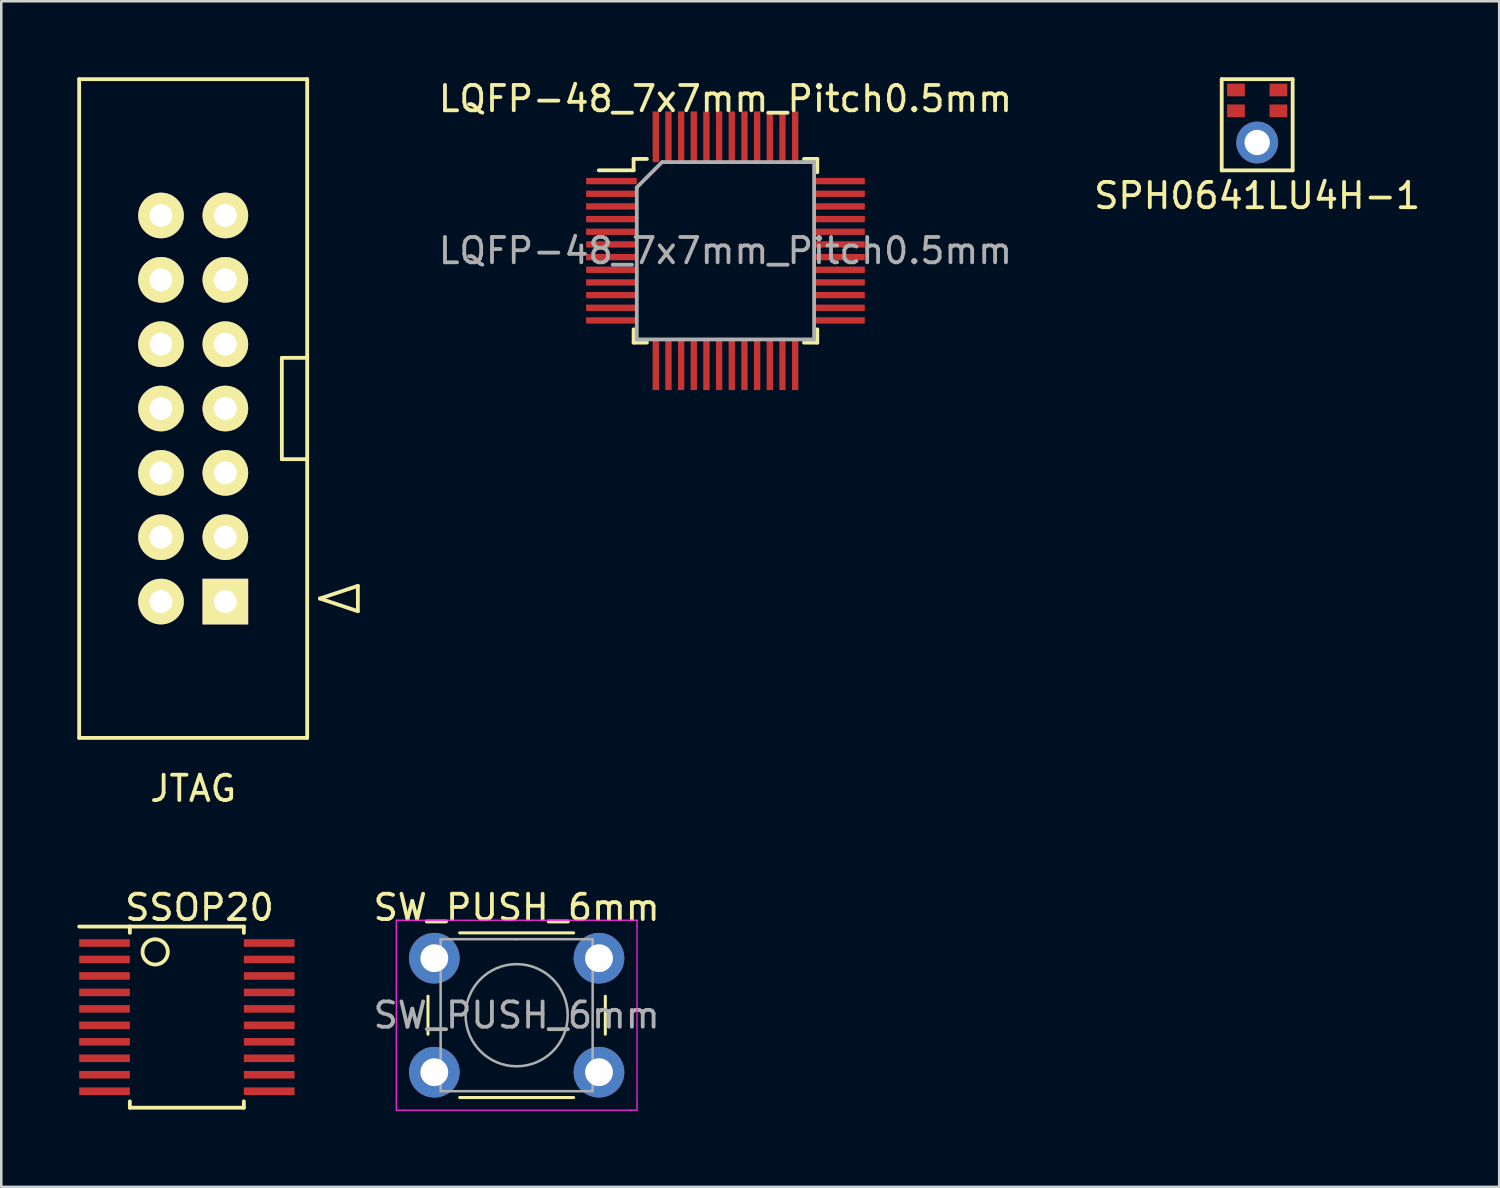
<source format=kicad_pcb>
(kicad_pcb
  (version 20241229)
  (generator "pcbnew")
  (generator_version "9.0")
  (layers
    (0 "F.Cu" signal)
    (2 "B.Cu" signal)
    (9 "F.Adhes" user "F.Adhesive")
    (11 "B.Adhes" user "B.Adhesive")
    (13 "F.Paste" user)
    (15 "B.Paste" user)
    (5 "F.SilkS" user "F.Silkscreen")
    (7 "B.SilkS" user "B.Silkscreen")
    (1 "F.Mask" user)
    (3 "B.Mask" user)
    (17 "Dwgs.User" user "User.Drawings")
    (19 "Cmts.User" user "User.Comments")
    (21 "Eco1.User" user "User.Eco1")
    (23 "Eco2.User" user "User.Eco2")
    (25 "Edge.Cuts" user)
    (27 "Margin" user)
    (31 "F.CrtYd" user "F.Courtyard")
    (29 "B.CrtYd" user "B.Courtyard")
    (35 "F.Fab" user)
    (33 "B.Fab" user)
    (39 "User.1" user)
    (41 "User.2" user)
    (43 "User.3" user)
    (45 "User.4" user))
  (footprint "JTAG"
    (layer "F.Cu")
    (at 4.575 13.075)
    (property "Reference" "JTAG" (at 0 15 0) (layer "F.SilkS") (effects (font (size 1 1) (thickness 0.15))))
    (attr through_hole)
    (fp_line (start -4.5 -13) (end 4.5 -13) (stroke (width 0.15) (type solid)) (layer "F.SilkS"))
    (fp_line (start -4.5 13) (end -4.5 -13) (stroke (width 0.15) (type solid)) (layer "F.SilkS"))
    (fp_line (start 3.5 -2) (end 3.5 2) (stroke (width 0.15) (type solid)) (layer "F.SilkS"))
    (fp_line (start 3.5 2) (end 4.5 2) (stroke (width 0.15) (type solid)) (layer "F.SilkS"))
    (fp_line (start 4.5 -13) (end 4.5 13) (stroke (width 0.15) (type solid)) (layer "F.SilkS"))
    (fp_line (start 4.5 -2) (end 3.5 -2) (stroke (width 0.15) (type solid)) (layer "F.SilkS"))
    (fp_line (start 4.5 13) (end -4.5 13) (stroke (width 0.15) (type solid)) (layer "F.SilkS"))
    (fp_line (start 5 7.5) (end 6.5 7) (stroke (width 0.15) (type solid)) (layer "F.SilkS"))
    (fp_line (start 6.5 7) (end 6.5 8) (stroke (width 0.15) (type solid)) (layer "F.SilkS"))
    (fp_line (start 6.5 8) (end 5 7.5) (stroke (width 0.15) (type solid)) (layer "F.SilkS"))
    (pad "1" thru_hole rect (at 1.27 7.62) (size 1.8 1.8) (drill 0.9) (layers "*.Cu" "*.Mask" "F.SilkS"))
    (pad "2" thru_hole circle (at -1.27 7.62) (size 1.8 1.8) (drill 0.9) (layers "*.Cu" "*.Mask" "F.SilkS"))
    (pad "3" thru_hole circle (at 1.27 5.08) (size 1.8 1.8) (drill 0.9) (layers "*.Cu" "*.Mask" "F.SilkS"))
    (pad "4" thru_hole circle (at -1.27 5.08) (size 1.8 1.8) (drill 0.9) (layers "*.Cu" "*.Mask" "F.SilkS"))
    (pad "5" thru_hole circle (at 1.27 2.54) (size 1.8 1.8) (drill 0.9) (layers "*.Cu" "*.Mask" "F.SilkS"))
    (pad "6" thru_hole circle (at -1.27 2.54) (size 1.8 1.8) (drill 0.9) (layers "*.Cu" "*.Mask" "F.SilkS"))
    (pad "7" thru_hole circle (at 1.27 0) (size 1.8 1.8) (drill 0.9) (layers "*.Cu" "*.Mask" "F.SilkS"))
    (pad "8" thru_hole circle (at -1.27 0) (size 1.8 1.8) (drill 0.9) (layers "*.Cu" "*.Mask" "F.SilkS"))
    (pad "9" thru_hole circle (at 1.27 -2.54) (size 1.8 1.8) (drill 0.9) (layers "*.Cu" "*.Mask" "F.SilkS"))
    (pad "10" thru_hole circle (at -1.27 -2.54) (size 1.8 1.8) (drill 0.9) (layers "*.Cu" "*.Mask" "F.SilkS"))
    (pad "11" thru_hole circle (at 1.27 -5.08) (size 1.8 1.8) (drill 0.9) (layers "*.Cu" "*.Mask" "F.SilkS"))
    (pad "12" thru_hole circle (at -1.27 -5.08) (size 1.8 1.8) (drill 0.9) (layers "*.Cu" "*.Mask" "F.SilkS"))
    (pad "13" thru_hole circle (at 1.27 -7.62) (size 1.8 1.8) (drill 0.9) (layers "*.Cu" "*.Mask" "F.SilkS"))
    (pad "14" thru_hole circle (at -1.27 -7.62) (size 1.8 1.8) (drill 0.9) (layers "*.Cu" "*.Mask" "F.SilkS")))
  (footprint "LQFP-48_7x7mm_Pitch0.5mm"
    (layer "F.Cu")
    (at 25.585 6.848)
    (property "Reference" "LQFP-48_7x7mm_Pitch0.5mm" (at 0 -6 0) (layer "F.SilkS") (effects (font (size 1 1) (thickness 0.15))))
    (attr smd)
    (fp_line (start -3.625 -3.625) (end -3.625 -3.175) (stroke (width 0.15) (type solid)) (layer "F.SilkS"))
    (fp_line (start -3.625 -3.625) (end -3.1 -3.625) (stroke (width 0.15) (type solid)) (layer "F.SilkS"))
    (fp_line (start -3.625 -3.175) (end -5 -3.175) (stroke (width 0.15) (type solid)) (layer "F.SilkS"))
    (fp_line (start -3.625 3.625) (end -3.625 3.1) (stroke (width 0.15) (type solid)) (layer "F.SilkS"))
    (fp_line (start -3.625 3.625) (end -3.1 3.625) (stroke (width 0.15) (type solid)) (layer "F.SilkS"))
    (fp_line (start 3.625 -3.625) (end 3.1 -3.625) (stroke (width 0.15) (type solid)) (layer "F.SilkS"))
    (fp_line (start 3.625 -3.625) (end 3.625 -3.1) (stroke (width 0.15) (type solid)) (layer "F.SilkS"))
    (fp_line (start 3.625 3.625) (end 3.1 3.625) (stroke (width 0.15) (type solid)) (layer "F.SilkS"))
    (fp_line (start 3.625 3.625) (end 3.625 3.1) (stroke (width 0.15) (type solid)) (layer "F.SilkS"))
    (fp_line (start -3.5 -2.5) (end -2.5 -3.5) (stroke (width 0.15) (type solid)) (layer "F.Fab"))
    (fp_line (start -3.5 3.5) (end -3.5 -2.5) (stroke (width 0.15) (type solid)) (layer "F.Fab"))
    (fp_line (start -2.5 -3.5) (end 3.5 -3.5) (stroke (width 0.15) (type solid)) (layer "F.Fab"))
    (fp_line (start 3.5 -3.5) (end 3.5 3.5) (stroke (width 0.15) (type solid)) (layer "F.Fab"))
    (fp_line (start 3.5 3.5) (end -3.5 3.5) (stroke (width 0.15) (type solid)) (layer "F.Fab"))
    (fp_text user "${REFERENCE}" (at 0 0 0) (layer "F.Fab") (effects (font (size 1 1) (thickness 0.15))))
    (pad "1" smd rect (at -4.5 -2.75) (size 2 0.25) (layers "F.Cu" "F.Mask" "F.Paste"))
    (pad "2" smd rect (at -4.5 -2.25) (size 2 0.25) (layers "F.Cu" "F.Mask" "F.Paste"))
    (pad "3" smd rect (at -4.5 -1.75) (size 2 0.25) (layers "F.Cu" "F.Mask" "F.Paste"))
    (pad "4" smd rect (at -4.5 -1.25) (size 2 0.25) (layers "F.Cu" "F.Mask" "F.Paste"))
    (pad "5" smd rect (at -4.5 -0.75) (size 2 0.25) (layers "F.Cu" "F.Mask" "F.Paste"))
    (pad "6" smd rect (at -4.5 -0.25) (size 2 0.25) (layers "F.Cu" "F.Mask" "F.Paste"))
    (pad "7" smd rect (at -4.5 0.25) (size 2 0.25) (layers "F.Cu" "F.Mask" "F.Paste"))
    (pad "8" smd rect (at -4.5 0.75) (size 2 0.25) (layers "F.Cu" "F.Mask" "F.Paste"))
    (pad "9" smd rect (at -4.5 1.25) (size 2 0.25) (layers "F.Cu" "F.Mask" "F.Paste"))
    (pad "10" smd rect (at -4.5 1.75) (size 2 0.25) (layers "F.Cu" "F.Mask" "F.Paste"))
    (pad "11" smd rect (at -4.5 2.25) (size 2 0.25) (layers "F.Cu" "F.Mask" "F.Paste"))
    (pad "12" smd rect (at -4.5 2.75) (size 2 0.25) (layers "F.Cu" "F.Mask" "F.Paste"))
    (pad "13" smd rect (at -2.75 4.5 90) (size 2 0.25) (layers "F.Cu" "F.Mask" "F.Paste"))
    (pad "14" smd rect (at -2.25 4.5 90) (size 2 0.25) (layers "F.Cu" "F.Mask" "F.Paste"))
    (pad "15" smd rect (at -1.75 4.5 90) (size 2 0.25) (layers "F.Cu" "F.Mask" "F.Paste"))
    (pad "16" smd rect (at -1.25 4.5 90) (size 2 0.25) (layers "F.Cu" "F.Mask" "F.Paste"))
    (pad "17" smd rect (at -0.75 4.5 90) (size 2 0.25) (layers "F.Cu" "F.Mask" "F.Paste"))
    (pad "18" smd rect (at -0.25 4.5 90) (size 2 0.25) (layers "F.Cu" "F.Mask" "F.Paste"))
    (pad "19" smd rect (at 0.25 4.5 90) (size 2 0.25) (layers "F.Cu" "F.Mask" "F.Paste"))
    (pad "20" smd rect (at 0.75 4.5 90) (size 2 0.25) (layers "F.Cu" "F.Mask" "F.Paste"))
    (pad "21" smd rect (at 1.25 4.5 90) (size 2 0.25) (layers "F.Cu" "F.Mask" "F.Paste"))
    (pad "22" smd rect (at 1.75 4.5 90) (size 2 0.25) (layers "F.Cu" "F.Mask" "F.Paste"))
    (pad "23" smd rect (at 2.25 4.5 90) (size 2 0.25) (layers "F.Cu" "F.Mask" "F.Paste"))
    (pad "24" smd rect (at 2.75 4.5 90) (size 2 0.25) (layers "F.Cu" "F.Mask" "F.Paste"))
    (pad "25" smd rect (at 4.5 2.75) (size 2 0.25) (layers "F.Cu" "F.Mask" "F.Paste"))
    (pad "26" smd rect (at 4.5 2.25) (size 2 0.25) (layers "F.Cu" "F.Mask" "F.Paste"))
    (pad "27" smd rect (at 4.5 1.75) (size 2 0.25) (layers "F.Cu" "F.Mask" "F.Paste"))
    (pad "28" smd rect (at 4.5 1.25) (size 2 0.25) (layers "F.Cu" "F.Mask" "F.Paste"))
    (pad "29" smd rect (at 4.5 0.75) (size 2 0.25) (layers "F.Cu" "F.Mask" "F.Paste"))
    (pad "30" smd rect (at 4.5 0.25) (size 2 0.25) (layers "F.Cu" "F.Mask" "F.Paste"))
    (pad "31" smd rect (at 4.5 -0.25) (size 2 0.25) (layers "F.Cu" "F.Mask" "F.Paste"))
    (pad "32" smd rect (at 4.5 -0.75) (size 2 0.25) (layers "F.Cu" "F.Mask" "F.Paste"))
    (pad "33" smd rect (at 4.5 -1.25) (size 2 0.25) (layers "F.Cu" "F.Mask" "F.Paste"))
    (pad "34" smd rect (at 4.5 -1.75) (size 2 0.25) (layers "F.Cu" "F.Mask" "F.Paste"))
    (pad "35" smd rect (at 4.5 -2.25) (size 2 0.25) (layers "F.Cu" "F.Mask" "F.Paste"))
    (pad "36" smd rect (at 4.5 -2.75) (size 2 0.25) (layers "F.Cu" "F.Mask" "F.Paste"))
    (pad "37" smd rect (at 2.75 -4.5 90) (size 2 0.25) (layers "F.Cu" "F.Mask" "F.Paste"))
    (pad "38" smd rect (at 2.25 -4.5 90) (size 2 0.25) (layers "F.Cu" "F.Mask" "F.Paste"))
    (pad "39" smd rect (at 1.75 -4.5 90) (size 2 0.25) (layers "F.Cu" "F.Mask" "F.Paste"))
    (pad "40" smd rect (at 1.25 -4.5 90) (size 2 0.25) (layers "F.Cu" "F.Mask" "F.Paste"))
    (pad "41" smd rect (at 0.75 -4.5 90) (size 2 0.25) (layers "F.Cu" "F.Mask" "F.Paste"))
    (pad "42" smd rect (at 0.25 -4.5 90) (size 2 0.25) (layers "F.Cu" "F.Mask" "F.Paste"))
    (pad "43" smd rect (at -0.25 -4.5 90) (size 2 0.25) (layers "F.Cu" "F.Mask" "F.Paste"))
    (pad "44" smd rect (at -0.75 -4.5 90) (size 2 0.25) (layers "F.Cu" "F.Mask" "F.Paste"))
    (pad "45" smd rect (at -1.25 -4.5 90) (size 2 0.25) (layers "F.Cu" "F.Mask" "F.Paste"))
    (pad "46" smd rect (at -1.75 -4.5 90) (size 2 0.25) (layers "F.Cu" "F.Mask" "F.Paste"))
    (pad "47" smd rect (at -2.25 -4.5 90) (size 2 0.25) (layers "F.Cu" "F.Mask" "F.Paste"))
    (pad "48" smd rect (at -2.75 -4.5 90) (size 2 0.25) (layers "F.Cu" "F.Mask" "F.Paste")))
  (footprint "SSOP20"
    (layer "F.Cu")
    (at 4.325 36.772)
    (property "Reference" "SSOP20" (at 0.5 -4 0) (layer "F.SilkS") (effects (font (size 1 1) (thickness 0.15))))
    (attr through_hole)
    (fp_line (start -2.25 -3.25) (end -4.25 -3.25) (stroke (width 0.15) (type solid)) (layer "F.SilkS"))
    (fp_line (start -2.25 -3.25) (end 2.25 -3.25) (stroke (width 0.15) (type solid)) (layer "F.SilkS"))
    (fp_line (start -2.25 -3) (end -2.25 -3.25) (stroke (width 0.15) (type solid)) (layer "F.SilkS"))
    (fp_line (start -2.25 3.65) (end -2.25 3.9) (stroke (width 0.15) (type solid)) (layer "F.SilkS"))
    (fp_line (start -2.25 3.9) (end 2.25 3.9) (stroke (width 0.15) (type solid)) (layer "F.SilkS"))
    (fp_line (start 2.25 -3.25) (end 2.25 -3) (stroke (width 0.15) (type solid)) (layer "F.SilkS"))
    (fp_line (start 2.25 3.9) (end 2.25 3.65) (stroke (width 0.15) (type solid)) (layer "F.SilkS"))
    (fp_circle (center -1.25 -2.25) (end -0.75 -2.25) (stroke (width 0.15) (type solid)) (fill no) (layer "F.SilkS"))
    (pad "1" smd rect (at -3.25 -2.6) (size 2 0.3) (layers "F.Cu" "F.Mask" "F.Paste"))
    (pad "2" smd rect (at -3.25 -1.95) (size 2 0.3) (layers "F.Cu" "F.Mask" "F.Paste"))
    (pad "3" smd rect (at -3.25 -1.3) (size 2 0.3) (layers "F.Cu" "F.Mask" "F.Paste"))
    (pad "4" smd rect (at -3.25 -0.65) (size 2 0.3) (layers "F.Cu" "F.Mask" "F.Paste"))
    (pad "5" smd rect (at -3.25 0) (size 2 0.3) (layers "F.Cu" "F.Mask" "F.Paste"))
    (pad "6" smd rect (at -3.25 0.65) (size 2 0.3) (layers "F.Cu" "F.Mask" "F.Paste"))
    (pad "7" smd rect (at -3.25 1.3) (size 2 0.3) (layers "F.Cu" "F.Mask" "F.Paste"))
    (pad "8" smd rect (at -3.25 1.95) (size 2 0.3) (layers "F.Cu" "F.Mask" "F.Paste"))
    (pad "9" smd rect (at -3.25 2.6) (size 2 0.3) (layers "F.Cu" "F.Mask" "F.Paste"))
    (pad "10" smd rect (at -3.25 3.25) (size 2 0.3) (layers "F.Cu" "F.Mask" "F.Paste"))
    (pad "11" smd rect (at 3.25 3.25) (size 2 0.3) (layers "F.Cu" "F.Mask" "F.Paste"))
    (pad "12" smd rect (at 3.25 2.6) (size 2 0.3) (layers "F.Cu" "F.Mask" "F.Paste"))
    (pad "13" smd rect (at 3.25 1.95) (size 2 0.3) (layers "F.Cu" "F.Mask" "F.Paste"))
    (pad "14" smd rect (at 3.25 1.3) (size 2 0.3) (layers "F.Cu" "F.Mask" "F.Paste"))
    (pad "15" smd rect (at 3.25 0.65) (size 2 0.3) (layers "F.Cu" "F.Mask" "F.Paste"))
    (pad "16" smd rect (at 3.25 0) (size 2 0.3) (layers "F.Cu" "F.Mask" "F.Paste"))
    (pad "17" smd rect (at 3.25 -0.65) (size 2 0.3) (layers "F.Cu" "F.Mask" "F.Paste"))
    (pad "18" smd rect (at 3.25 -1.3) (size 2 0.3) (layers "F.Cu" "F.Mask" "F.Paste"))
    (pad "19" smd rect (at 3.25 -1.95) (size 2 0.3) (layers "F.Cu" "F.Mask" "F.Paste"))
    (pad "20" smd rect (at 3.25 -2.6) (size 2 0.3) (layers "F.Cu" "F.Mask" "F.Paste")))
  (footprint "SW_PUSH_6mm"
    (layer "F.Cu")
    (at 17.343 37.022)
    (property "Reference" "SW_PUSH_6mm" (at 0 -4.25 0) (layer "F.SilkS") (effects (font (size 1 1) (thickness 0.15))))
    (attr through_hole)
    (fp_line (start -3.5 -0.75) (end -3.5 0.75) (stroke (width 0.12) (type solid)) (layer "F.SilkS"))
    (fp_line (start -2.25 3.25) (end 2.25 3.25) (stroke (width 0.12) (type solid)) (layer "F.SilkS"))
    (fp_line (start 2.25 -3.25) (end -2.25 -3.25) (stroke (width 0.12) (type solid)) (layer "F.SilkS"))
    (fp_line (start 3.5 0.75) (end 3.5 -0.75) (stroke (width 0.12) (type solid)) (layer "F.SilkS"))
    (fp_line (start -4.75 -3.75) (end -4.5 -3.75) (stroke (width 0.05) (type solid)) (layer "F.CrtYd"))
    (fp_line (start -4.75 -3.5) (end -4.75 -3.75) (stroke (width 0.05) (type solid)) (layer "F.CrtYd"))
    (fp_line (start -4.75 3.5) (end -4.75 -3.5) (stroke (width 0.05) (type solid)) (layer "F.CrtYd"))
    (fp_line (start -4.75 3.5) (end -4.75 3.75) (stroke (width 0.05) (type solid)) (layer "F.CrtYd"))
    (fp_line (start -4.75 3.75) (end -4.5 3.75) (stroke (width 0.05) (type solid)) (layer "F.CrtYd"))
    (fp_line (start -4.5 -3.75) (end 4.5 -3.75) (stroke (width 0.05) (type solid)) (layer "F.CrtYd"))
    (fp_line (start 4.5 -3.75) (end 4.75 -3.75) (stroke (width 0.05) (type solid)) (layer "F.CrtYd"))
    (fp_line (start 4.5 3.75) (end -4.5 3.75) (stroke (width 0.05) (type solid)) (layer "F.CrtYd"))
    (fp_line (start 4.5 3.75) (end 4.75 3.75) (stroke (width 0.05) (type solid)) (layer "F.CrtYd"))
    (fp_line (start 4.75 -3.75) (end 4.75 -3.5) (stroke (width 0.05) (type solid)) (layer "F.CrtYd"))
    (fp_line (start 4.75 -3.5) (end 4.75 3.5) (stroke (width 0.05) (type solid)) (layer "F.CrtYd"))
    (fp_line (start 4.75 3.75) (end 4.75 3.5) (stroke (width 0.05) (type solid)) (layer "F.CrtYd"))
    (fp_line (start -3 -3) (end 0 -3) (stroke (width 0.1) (type solid)) (layer "F.Fab"))
    (fp_line (start -3 3) (end -3 -3) (stroke (width 0.1) (type solid)) (layer "F.Fab"))
    (fp_line (start 0 -3) (end 3 -3) (stroke (width 0.1) (type solid)) (layer "F.Fab"))
    (fp_line (start 3 -3) (end 3 3) (stroke (width 0.1) (type solid)) (layer "F.Fab"))
    (fp_line (start 3 3) (end -3 3) (stroke (width 0.1) (type solid)) (layer "F.Fab"))
    (fp_circle (center 0 0) (end -2 0.25) (stroke (width 0.1) (type solid)) (fill no) (layer "F.Fab"))
    (fp_text user "${REFERENCE}" (at 0 0 0) (layer "F.Fab") (effects (font (size 1 1) (thickness 0.15))))
    (pad "1" thru_hole circle (at -3.25 -2.25 90) (size 2 2) (drill 1.1) (layers "*.Cu" "*.Mask"))
    (pad "1" thru_hole circle (at 3.25 -2.25 90) (size 2 2) (drill 1.1) (layers "*.Cu" "*.Mask"))
    (pad "2" thru_hole circle (at -3.25 2.25 90) (size 2 2) (drill 1.1) (layers "*.Cu" "*.Mask"))
    (pad "2" thru_hole circle (at 3.25 2.25 90) (size 2 2) (drill 1.1) (layers "*.Cu" "*.Mask")))
  (footprint "SPH0641LU4H-1"
    (layer "F.Cu")
    (at 46.573 2.575)
    (property "Reference" "SPH0641LU4H-1" (at 0 2.1 0) (layer "F.SilkS") (effects (font (size 1 1) (thickness 0.15))))
    (attr through_hole)
    (fp_line (start -1.4 -2.5) (end 1.4 -2.5) (stroke (width 0.15) (type solid)) (layer "F.SilkS"))
    (fp_line (start -1.4 1.1) (end -1.4 -2.5) (stroke (width 0.15) (type solid)) (layer "F.SilkS"))
    (fp_line (start 1.4 -2.5) (end 1.4 1.1) (stroke (width 0.15) (type solid)) (layer "F.SilkS"))
    (fp_line (start 1.4 1.1) (end -1.4 1.1) (stroke (width 0.15) (type solid)) (layer "F.SilkS"))
    (pad "" smd rect (at -0.45 -0.45 45) (size 0.7 0.3) (layers "F.Paste"))
    (pad "" smd rect (at -0.45 0.45 135) (size 0.7 0.3) (layers "F.Paste"))
    (pad "" smd rect (at 0.45 -0.45 135) (size 0.7 0.3) (layers "F.Paste"))
    (pad "" smd rect (at 0.45 0.45 45) (size 0.7 0.3) (layers "F.Paste"))
    (pad "1" smd rect (at -0.838 -2.074) (size 0.7 0.5) (layers "F.Cu" "F.Mask" "F.Paste"))
    (pad "2" smd rect (at -0.838 -1.252) (size 0.7 0.5) (layers "F.Cu" "F.Mask" "F.Paste"))
    (pad "3" thru_hole circle (at 0 0) (size 1.65 1.65) (drill 1) (layers "*.Cu" "*.Mask"))
    (pad "4" smd rect (at 0.838 -1.252) (size 0.7 0.5) (layers "F.Cu" "F.Mask" "F.Paste"))
    (pad "5" smd rect (at 0.838 -2.074) (size 0.7 0.5) (layers "F.Cu" "F.Mask" "F.Paste")))
  (gr_rect
    (start -3 -3)
    (end 56.126 43.797)
    (stroke (width 0.1) (type default))
    (fill no)
    (layer "Edge.Cuts")))
</source>
